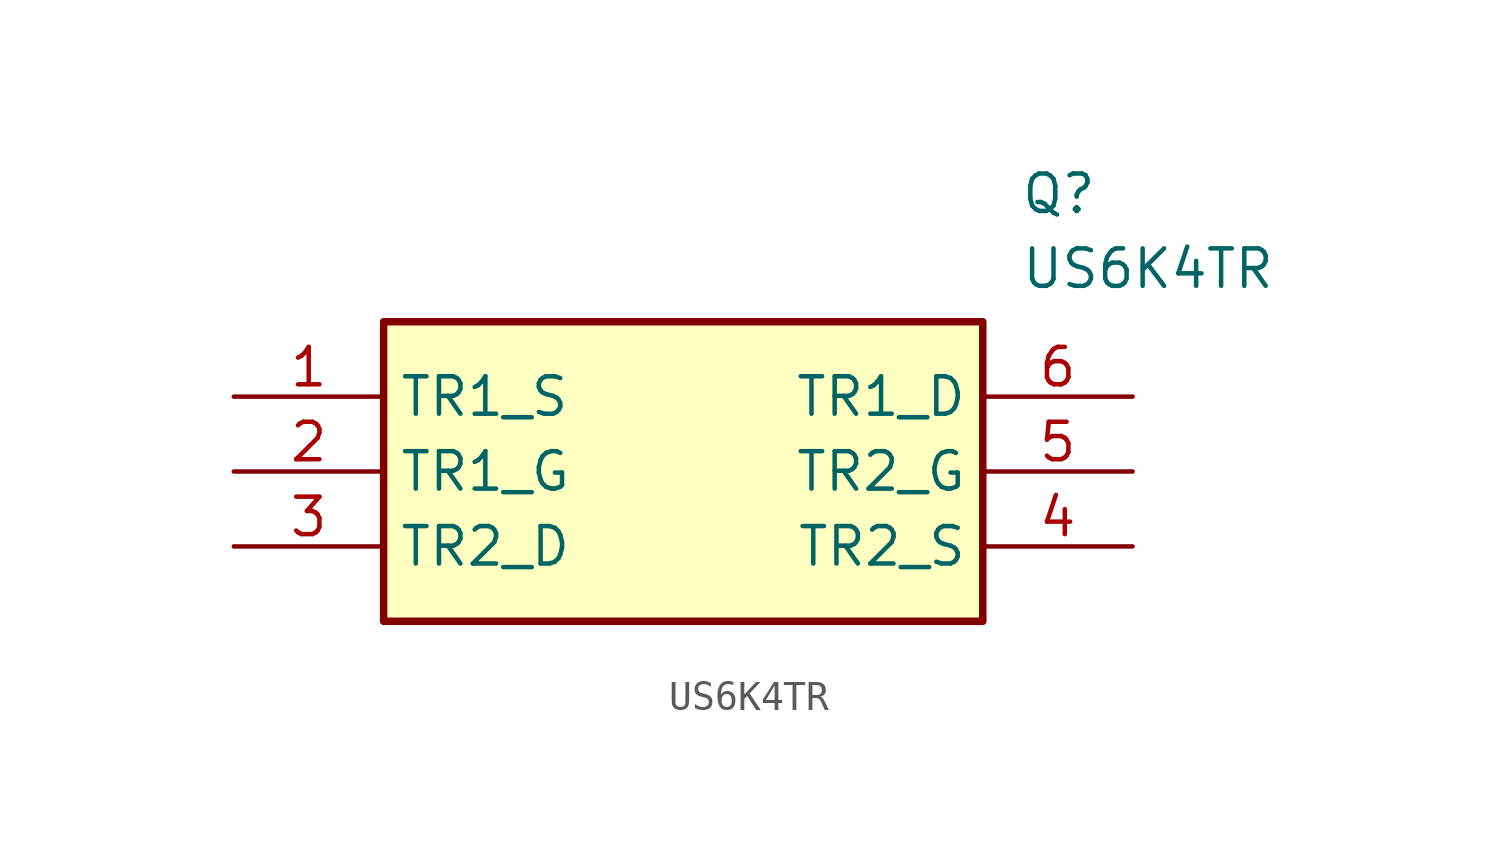
<source format=kicad_sym>
(kicad_symbol_lib
  (version 20211014)
  (generator SamacSys_ECAD_Model)
  (symbol "US6K4TR"
    (property "Reference" "Q"
      (at 26.67 7.62 0)
      (effects (font (size 1.27 1.27)) (justify left top)))
    (property "Value" "US6K4TR"
      (at 26.67 5.08 0)
      (effects (font (size 1.27 1.27)) (justify left top)))
    (rectangle
      (start 5.08 2.54)
      (end 25.4 -7.62)
      (stroke (width 0.254) (type default))
      (fill (type background)))
    (pin passive line
      (at 0 0 0)
      (length 5.08)
      (name "TR1_S" (effects (font (size 1.27 1.27))))
      (number "1" (effects (font (size 1.27 1.27)))))
    (pin passive line
      (at 0 -2.54 0)
      (length 5.08)
      (name "TR1_G" (effects (font (size 1.27 1.27))))
      (number "2" (effects (font (size 1.27 1.27)))))
    (pin passive line
      (at 0 -5.08 0)
      (length 5.08)
      (name "TR2_D" (effects (font (size 1.27 1.27))))
      (number "3" (effects (font (size 1.27 1.27)))))
    (pin passive line
      (at 30.48 -5.08 180)
      (length 5.08)
      (name "TR2_S" (effects (font (size 1.27 1.27))))
      (number "4" (effects (font (size 1.27 1.27)))))
    (pin passive line
      (at 30.48 -2.54 180)
      (length 5.08)
      (name "TR2_G" (effects (font (size 1.27 1.27))))
      (number "5" (effects (font (size 1.27 1.27)))))
    (pin passive line
      (at 30.48 0 180)
      (length 5.08)
      (name "TR1_D" (effects (font (size 1.27 1.27))))
      (number "6" (effects (font (size 1.27 1.27)))))))
</source>
